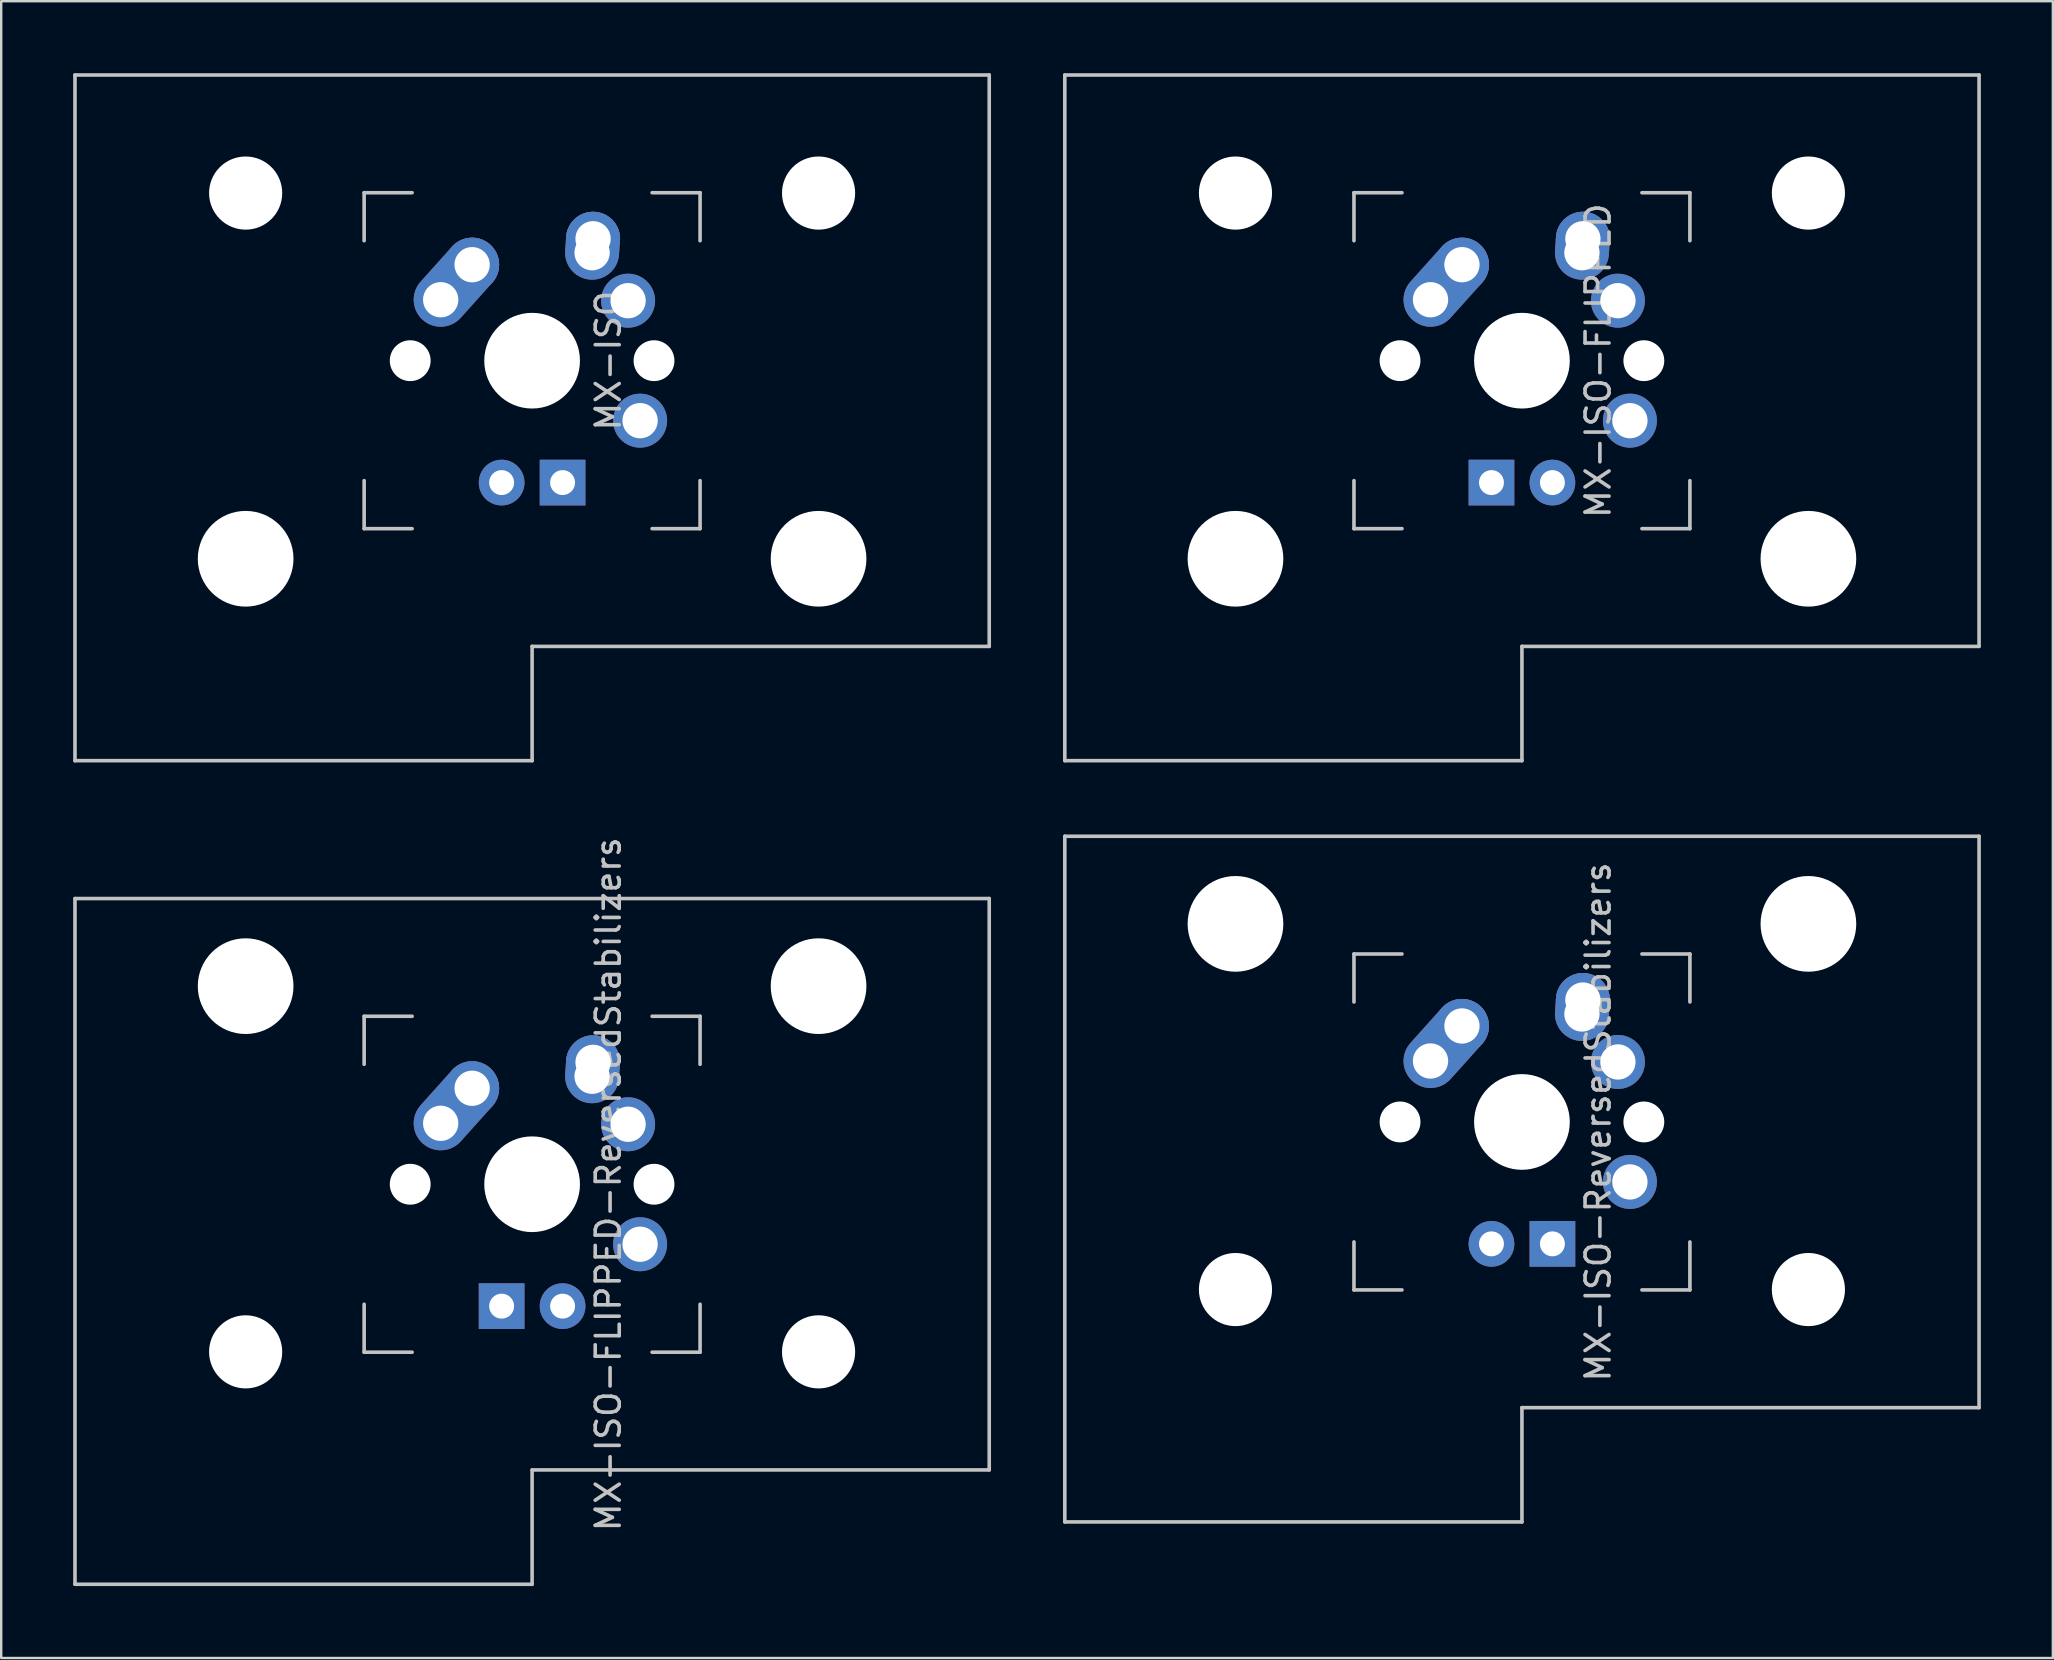
<source format=kicad_pcb>
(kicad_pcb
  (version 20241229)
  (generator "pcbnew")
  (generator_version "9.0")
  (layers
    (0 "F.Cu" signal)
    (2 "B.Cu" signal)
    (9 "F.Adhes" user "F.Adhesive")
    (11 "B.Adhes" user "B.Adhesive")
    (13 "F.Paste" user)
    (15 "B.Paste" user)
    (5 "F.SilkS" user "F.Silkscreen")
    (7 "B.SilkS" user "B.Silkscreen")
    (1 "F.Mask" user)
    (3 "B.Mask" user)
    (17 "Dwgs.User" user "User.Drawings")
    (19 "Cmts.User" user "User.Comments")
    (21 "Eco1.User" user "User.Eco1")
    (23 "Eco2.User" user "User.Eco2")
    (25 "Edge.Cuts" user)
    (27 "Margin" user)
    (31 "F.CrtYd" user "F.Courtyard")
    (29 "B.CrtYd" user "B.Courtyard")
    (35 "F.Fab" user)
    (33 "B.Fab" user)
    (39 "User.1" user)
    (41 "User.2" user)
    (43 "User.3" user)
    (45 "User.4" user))
  (footprint "MX-ISO-FLIPPED"
    (layer "F.Cu")
    (at 60.375 11.981)
    (property "Reference" "MX-ISO-FLIPPED" (at 3.175 0 90) (layer "Dwgs.User") (effects (font (size 1 1) (thickness 0.15))))
    (attr through_hole)
    (fp_line (start -19.05 -11.906) (end 19.05 -11.906) (stroke (width 0.15) (type solid)) (layer "Dwgs.User"))
    (fp_line (start -19.05 16.669) (end -19.05 -11.906) (stroke (width 0.15) (type solid)) (layer "Dwgs.User"))
    (fp_line (start -19.05 16.669) (end 0 16.669) (stroke (width 0.15) (type solid)) (layer "Dwgs.User"))
    (fp_line (start -7 -7) (end -5 -7) (stroke (width 0.15) (type solid)) (layer "Dwgs.User"))
    (fp_line (start -7 -5) (end -7 -7) (stroke (width 0.15) (type solid)) (layer "Dwgs.User"))
    (fp_line (start -7 5) (end -7 7) (stroke (width 0.15) (type solid)) (layer "Dwgs.User"))
    (fp_line (start -7 7) (end -5 7) (stroke (width 0.15) (type solid)) (layer "Dwgs.User"))
    (fp_line (start 0 11.906) (end 0 16.669) (stroke (width 0.15) (type solid)) (layer "Dwgs.User"))
    (fp_line (start 5 7) (end 7 7) (stroke (width 0.15) (type solid)) (layer "Dwgs.User"))
    (fp_line (start 7 -7) (end 5 -7) (stroke (width 0.15) (type solid)) (layer "Dwgs.User"))
    (fp_line (start 7 -5) (end 7 -7) (stroke (width 0.15) (type solid)) (layer "Dwgs.User"))
    (fp_line (start 7 7) (end 7 5) (stroke (width 0.15) (type solid)) (layer "Dwgs.User"))
    (fp_line (start 19.05 11.906) (end 0 11.906) (stroke (width 0.15) (type solid)) (layer "Dwgs.User"))
    (fp_line (start 19.05 11.906) (end 19.05 -11.906) (stroke (width 0.15) (type solid)) (layer "Dwgs.User"))
    (pad "" np_thru_hole circle (at -11.938 -6.985 90) (size 3.048 3.048) (drill 3.048) (layers "*.Cu" "*.Mask"))
    (pad "" np_thru_hole circle (at -11.938 8.255 90) (size 3.988 3.988) (drill 3.988) (layers "*.Cu" "*.Mask"))
    (pad "" np_thru_hole circle (at -5.08 0 138.1) (size 1.702 1.702) (drill 1.702) (layers "*.Cu" "*.Mask"))
    (pad "" np_thru_hole circle (at 0 0 90) (size 3.988 3.988) (drill 3.988) (layers "*.Cu" "*.Mask"))
    (pad "" np_thru_hole circle (at 5.08 0 138.1) (size 1.702 1.702) (drill 1.702) (layers "*.Cu" "*.Mask"))
    (pad "" np_thru_hole circle (at 11.938 -6.985 90) (size 3.048 3.048) (drill 3.048) (layers "*.Cu" "*.Mask"))
    (pad "" np_thru_hole circle (at 11.938 8.255 90) (size 3.988 3.988) (drill 3.988) (layers "*.Cu" "*.Mask"))
    (pad "1" thru_hole oval (at 2.5 -4.5 86.055) (size 2.831 2.25) (drill 1.47 (offset 0.291 0)) (layers "*.Cu" "B.Mask"))
    (pad "1" thru_hole circle (at 2.54 -5.08 90) (size 2.25 2.25) (drill 1.47) (layers "*.Cu" "B.Mask"))
    (pad "1" thru_hole circle (at 4 -2.5 90) (size 2.25 2.25) (drill 1.47) (layers "*.Cu" "B.Mask"))
    (pad "2" thru_hole oval (at -3.81 -2.54 48.1) (size 4.212 2.25) (drill 1.47 (offset 0.981 0)) (layers "*.Cu" "B.Mask"))
    (pad "2" thru_hole circle (at -2.5 -4 90) (size 2.25 2.25) (drill 1.47) (layers "*.Cu" "B.Mask"))
    (pad "2" thru_hole circle (at 4.5 2.5 90) (size 2.25 2.25) (drill 1.47) (layers "*.Cu" "B.Mask"))
    (pad "3" thru_hole circle (at 1.27 5.08 90) (size 1.905 1.905) (drill 1.04) (layers "*.Cu" "B.Mask"))
    (pad "4" thru_hole rect (at -1.27 5.08 90) (size 1.905 1.905) (drill 1.04) (layers "*.Cu" "B.Mask")))
  (footprint "MX-ISO"
    (layer "F.Cu")
    (at 19.125 11.981)
    (property "Reference" "MX-ISO" (at 3.175 0 90) (layer "Dwgs.User") (effects (font (size 1 1) (thickness 0.15))))
    (attr through_hole)
    (fp_line (start -19.05 -11.906) (end 19.05 -11.906) (stroke (width 0.15) (type solid)) (layer "Dwgs.User"))
    (fp_line (start -19.05 16.669) (end -19.05 -11.906) (stroke (width 0.15) (type solid)) (layer "Dwgs.User"))
    (fp_line (start -19.05 16.669) (end 0 16.669) (stroke (width 0.15) (type solid)) (layer "Dwgs.User"))
    (fp_line (start -7 -7) (end -5 -7) (stroke (width 0.15) (type solid)) (layer "Dwgs.User"))
    (fp_line (start -7 -5) (end -7 -7) (stroke (width 0.15) (type solid)) (layer "Dwgs.User"))
    (fp_line (start -7 5) (end -7 7) (stroke (width 0.15) (type solid)) (layer "Dwgs.User"))
    (fp_line (start -7 7) (end -5 7) (stroke (width 0.15) (type solid)) (layer "Dwgs.User"))
    (fp_line (start 0 11.906) (end 0 16.669) (stroke (width 0.15) (type solid)) (layer "Dwgs.User"))
    (fp_line (start 5 7) (end 7 7) (stroke (width 0.15) (type solid)) (layer "Dwgs.User"))
    (fp_line (start 7 -7) (end 5 -7) (stroke (width 0.15) (type solid)) (layer "Dwgs.User"))
    (fp_line (start 7 -5) (end 7 -7) (stroke (width 0.15) (type solid)) (layer "Dwgs.User"))
    (fp_line (start 7 7) (end 7 5) (stroke (width 0.15) (type solid)) (layer "Dwgs.User"))
    (fp_line (start 19.05 11.906) (end 0 11.906) (stroke (width 0.15) (type solid)) (layer "Dwgs.User"))
    (fp_line (start 19.05 11.906) (end 19.05 -11.906) (stroke (width 0.15) (type solid)) (layer "Dwgs.User"))
    (pad "" np_thru_hole circle (at -11.938 -6.985 90) (size 3.048 3.048) (drill 3.048) (layers "*.Cu" "*.Mask"))
    (pad "" np_thru_hole circle (at -11.938 8.255 90) (size 3.988 3.988) (drill 3.988) (layers "*.Cu" "*.Mask"))
    (pad "" np_thru_hole circle (at -5.08 0 138.1) (size 1.702 1.702) (drill 1.702) (layers "*.Cu" "*.Mask"))
    (pad "" np_thru_hole circle (at 0 0 90) (size 3.988 3.988) (drill 3.988) (layers "*.Cu" "*.Mask"))
    (pad "" np_thru_hole circle (at 5.08 0 138.1) (size 1.702 1.702) (drill 1.702) (layers "*.Cu" "*.Mask"))
    (pad "" np_thru_hole circle (at 11.938 -6.985 90) (size 3.048 3.048) (drill 3.048) (layers "*.Cu" "*.Mask"))
    (pad "" np_thru_hole circle (at 11.938 8.255 90) (size 3.988 3.988) (drill 3.988) (layers "*.Cu" "*.Mask"))
    (pad "1" thru_hole oval (at 2.5 -4.5 86.055) (size 2.831 2.25) (drill 1.47 (offset 0.291 0)) (layers "*.Cu" "B.Mask"))
    (pad "1" thru_hole circle (at 2.54 -5.08 90) (size 2.25 2.25) (drill 1.47) (layers "*.Cu" "B.Mask"))
    (pad "1" thru_hole circle (at 4 -2.5 90) (size 2.25 2.25) (drill 1.47) (layers "*.Cu" "B.Mask"))
    (pad "2" thru_hole oval (at -3.81 -2.54 48.1) (size 4.212 2.25) (drill 1.47 (offset 0.981 0)) (layers "*.Cu" "B.Mask"))
    (pad "2" thru_hole circle (at -2.5 -4 90) (size 2.25 2.25) (drill 1.47) (layers "*.Cu" "B.Mask"))
    (pad "2" thru_hole circle (at 4.5 2.5 90) (size 2.25 2.25) (drill 1.47) (layers "*.Cu" "B.Mask"))
    (pad "3" thru_hole circle (at -1.27 5.08 90) (size 1.905 1.905) (drill 1.04) (layers "*.Cu" "B.Mask"))
    (pad "4" thru_hole rect (at 1.27 5.08 90) (size 1.905 1.905) (drill 1.04) (layers "*.Cu" "B.Mask")))
  (footprint "MX-ISO-FLIPPED-ReversedStabilizers"
    (layer "F.Cu")
    (at 19.125 46.302)
    (property "Reference" "MX-ISO-FLIPPED-ReversedStabilizers" (at 3.175 0 90) (layer "Dwgs.User") (effects (font (size 1 1) (thickness 0.15))))
    (attr through_hole)
    (fp_line (start -19.05 -11.906) (end 19.05 -11.906) (stroke (width 0.15) (type solid)) (layer "Dwgs.User"))
    (fp_line (start -19.05 16.669) (end -19.05 -11.906) (stroke (width 0.15) (type solid)) (layer "Dwgs.User"))
    (fp_line (start -19.05 16.669) (end 0 16.669) (stroke (width 0.15) (type solid)) (layer "Dwgs.User"))
    (fp_line (start -7 -7) (end -5 -7) (stroke (width 0.15) (type solid)) (layer "Dwgs.User"))
    (fp_line (start -7 -5) (end -7 -7) (stroke (width 0.15) (type solid)) (layer "Dwgs.User"))
    (fp_line (start -7 5) (end -7 7) (stroke (width 0.15) (type solid)) (layer "Dwgs.User"))
    (fp_line (start -7 7) (end -5 7) (stroke (width 0.15) (type solid)) (layer "Dwgs.User"))
    (fp_line (start 0 11.906) (end 0 16.669) (stroke (width 0.15) (type solid)) (layer "Dwgs.User"))
    (fp_line (start 5 7) (end 7 7) (stroke (width 0.15) (type solid)) (layer "Dwgs.User"))
    (fp_line (start 7 -7) (end 5 -7) (stroke (width 0.15) (type solid)) (layer "Dwgs.User"))
    (fp_line (start 7 -5) (end 7 -7) (stroke (width 0.15) (type solid)) (layer "Dwgs.User"))
    (fp_line (start 7 7) (end 7 5) (stroke (width 0.15) (type solid)) (layer "Dwgs.User"))
    (fp_line (start 19.05 11.906) (end 0 11.906) (stroke (width 0.15) (type solid)) (layer "Dwgs.User"))
    (fp_line (start 19.05 11.906) (end 19.05 -11.906) (stroke (width 0.15) (type solid)) (layer "Dwgs.User"))
    (pad "" np_thru_hole circle (at -11.938 -8.255 90) (size 3.988 3.988) (drill 3.988) (layers "*.Cu" "*.Mask"))
    (pad "" np_thru_hole circle (at -11.938 6.985 90) (size 3.048 3.048) (drill 3.048) (layers "*.Cu" "*.Mask"))
    (pad "" np_thru_hole circle (at -5.08 0 138.1) (size 1.702 1.702) (drill 1.702) (layers "*.Cu" "*.Mask"))
    (pad "" np_thru_hole circle (at 0 0 90) (size 3.988 3.988) (drill 3.988) (layers "*.Cu" "*.Mask"))
    (pad "" np_thru_hole circle (at 5.08 0 138.1) (size 1.702 1.702) (drill 1.702) (layers "*.Cu" "*.Mask"))
    (pad "" np_thru_hole circle (at 11.938 -8.255 90) (size 3.988 3.988) (drill 3.988) (layers "*.Cu" "*.Mask"))
    (pad "" np_thru_hole circle (at 11.938 6.985 90) (size 3.048 3.048) (drill 3.048) (layers "*.Cu" "*.Mask"))
    (pad "1" thru_hole oval (at 2.5 -4.5 86.055) (size 2.831 2.25) (drill 1.47 (offset 0.291 0)) (layers "*.Cu" "B.Mask"))
    (pad "1" thru_hole circle (at 2.54 -5.08 90) (size 2.25 2.25) (drill 1.47) (layers "*.Cu" "B.Mask"))
    (pad "1" thru_hole circle (at 4 -2.5 90) (size 2.25 2.25) (drill 1.47) (layers "*.Cu" "B.Mask"))
    (pad "2" thru_hole oval (at -3.81 -2.54 48.1) (size 4.212 2.25) (drill 1.47 (offset 0.981 0)) (layers "*.Cu" "B.Mask"))
    (pad "2" thru_hole circle (at -2.5 -4 90) (size 2.25 2.25) (drill 1.47) (layers "*.Cu" "B.Mask"))
    (pad "2" thru_hole circle (at 4.5 2.5 90) (size 2.25 2.25) (drill 1.47) (layers "*.Cu" "B.Mask"))
    (pad "3" thru_hole circle (at 1.27 5.08 90) (size 1.905 1.905) (drill 1.04) (layers "*.Cu" "B.Mask"))
    (pad "4" thru_hole rect (at -1.27 5.08 90) (size 1.905 1.905) (drill 1.04) (layers "*.Cu" "B.Mask")))
  (footprint "MX-ISO-ReversedStabilizers"
    (layer "F.Cu")
    (at 60.375 43.706)
    (property "Reference" "MX-ISO-ReversedStabilizers" (at 3.175 0 90) (layer "Dwgs.User") (effects (font (size 1 1) (thickness 0.15))))
    (attr through_hole)
    (fp_line (start -19.05 -11.906) (end 19.05 -11.906) (stroke (width 0.15) (type solid)) (layer "Dwgs.User"))
    (fp_line (start -19.05 16.669) (end -19.05 -11.906) (stroke (width 0.15) (type solid)) (layer "Dwgs.User"))
    (fp_line (start -19.05 16.669) (end 0 16.669) (stroke (width 0.15) (type solid)) (layer "Dwgs.User"))
    (fp_line (start -7 -7) (end -5 -7) (stroke (width 0.15) (type solid)) (layer "Dwgs.User"))
    (fp_line (start -7 -5) (end -7 -7) (stroke (width 0.15) (type solid)) (layer "Dwgs.User"))
    (fp_line (start -7 5) (end -7 7) (stroke (width 0.15) (type solid)) (layer "Dwgs.User"))
    (fp_line (start -7 7) (end -5 7) (stroke (width 0.15) (type solid)) (layer "Dwgs.User"))
    (fp_line (start 0 11.906) (end 0 16.669) (stroke (width 0.15) (type solid)) (layer "Dwgs.User"))
    (fp_line (start 5 7) (end 7 7) (stroke (width 0.15) (type solid)) (layer "Dwgs.User"))
    (fp_line (start 7 -7) (end 5 -7) (stroke (width 0.15) (type solid)) (layer "Dwgs.User"))
    (fp_line (start 7 -5) (end 7 -7) (stroke (width 0.15) (type solid)) (layer "Dwgs.User"))
    (fp_line (start 7 7) (end 7 5) (stroke (width 0.15) (type solid)) (layer "Dwgs.User"))
    (fp_line (start 19.05 11.906) (end 0 11.906) (stroke (width 0.15) (type solid)) (layer "Dwgs.User"))
    (fp_line (start 19.05 11.906) (end 19.05 -11.906) (stroke (width 0.15) (type solid)) (layer "Dwgs.User"))
    (pad "" np_thru_hole circle (at -11.938 -8.255 90) (size 3.988 3.988) (drill 3.988) (layers "*.Cu" "*.Mask"))
    (pad "" np_thru_hole circle (at -11.938 6.985 90) (size 3.048 3.048) (drill 3.048) (layers "*.Cu" "*.Mask"))
    (pad "" np_thru_hole circle (at -5.08 0 138.1) (size 1.702 1.702) (drill 1.702) (layers "*.Cu" "*.Mask"))
    (pad "" np_thru_hole circle (at 0 0 90) (size 3.988 3.988) (drill 3.988) (layers "*.Cu" "*.Mask"))
    (pad "" np_thru_hole circle (at 5.08 0 138.1) (size 1.702 1.702) (drill 1.702) (layers "*.Cu" "*.Mask"))
    (pad "" np_thru_hole circle (at 11.938 -8.255 90) (size 3.988 3.988) (drill 3.988) (layers "*.Cu" "*.Mask"))
    (pad "" np_thru_hole circle (at 11.938 6.985 90) (size 3.048 3.048) (drill 3.048) (layers "*.Cu" "*.Mask"))
    (pad "1" thru_hole oval (at 2.5 -4.5 86.055) (size 2.831 2.25) (drill 1.47 (offset 0.291 0)) (layers "*.Cu" "B.Mask"))
    (pad "1" thru_hole circle (at 2.54 -5.08 90) (size 2.25 2.25) (drill 1.47) (layers "*.Cu" "B.Mask"))
    (pad "1" thru_hole circle (at 4 -2.5 90) (size 2.25 2.25) (drill 1.47) (layers "*.Cu" "B.Mask"))
    (pad "2" thru_hole oval (at -3.81 -2.54 48.1) (size 4.212 2.25) (drill 1.47 (offset 0.981 0)) (layers "*.Cu" "B.Mask"))
    (pad "2" thru_hole circle (at -2.5 -4 90) (size 2.25 2.25) (drill 1.47) (layers "*.Cu" "B.Mask"))
    (pad "2" thru_hole circle (at 4.5 2.5 90) (size 2.25 2.25) (drill 1.47) (layers "*.Cu" "B.Mask"))
    (pad "3" thru_hole circle (at -1.27 5.08 90) (size 1.905 1.905) (drill 1.04) (layers "*.Cu" "B.Mask"))
    (pad "4" thru_hole rect (at 1.27 5.08 90) (size 1.905 1.905) (drill 1.04) (layers "*.Cu" "B.Mask")))
  (gr_rect
    (start -3 -3)
    (end 82.5 66.046)
    (stroke (width 0.1) (type default))
    (fill no)
    (layer "Edge.Cuts")))
</source>
